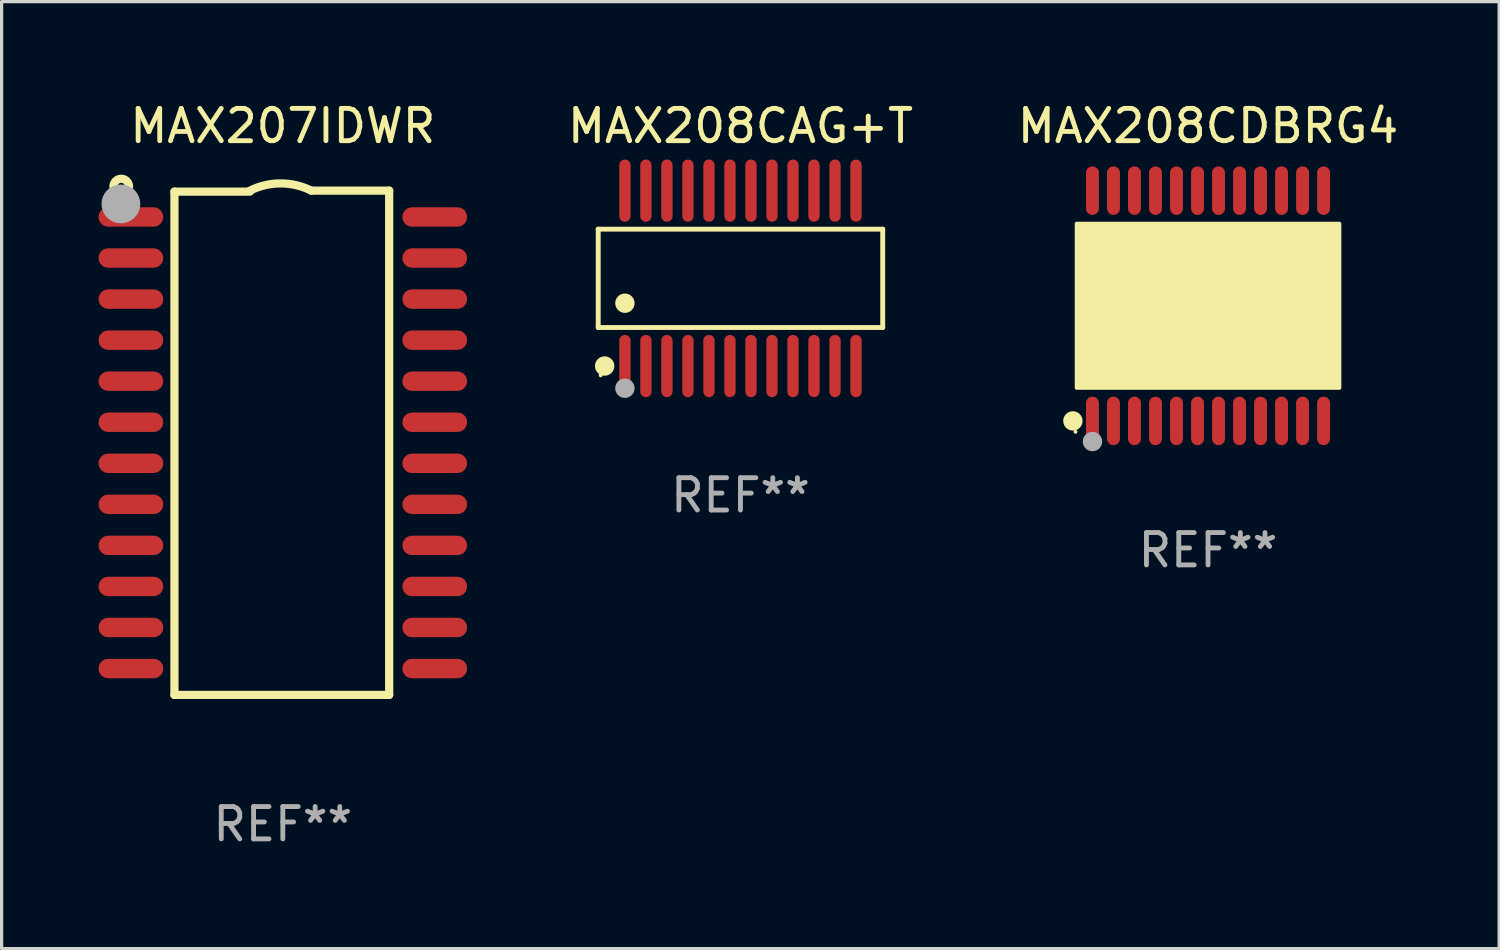
<source format=kicad_pcb>
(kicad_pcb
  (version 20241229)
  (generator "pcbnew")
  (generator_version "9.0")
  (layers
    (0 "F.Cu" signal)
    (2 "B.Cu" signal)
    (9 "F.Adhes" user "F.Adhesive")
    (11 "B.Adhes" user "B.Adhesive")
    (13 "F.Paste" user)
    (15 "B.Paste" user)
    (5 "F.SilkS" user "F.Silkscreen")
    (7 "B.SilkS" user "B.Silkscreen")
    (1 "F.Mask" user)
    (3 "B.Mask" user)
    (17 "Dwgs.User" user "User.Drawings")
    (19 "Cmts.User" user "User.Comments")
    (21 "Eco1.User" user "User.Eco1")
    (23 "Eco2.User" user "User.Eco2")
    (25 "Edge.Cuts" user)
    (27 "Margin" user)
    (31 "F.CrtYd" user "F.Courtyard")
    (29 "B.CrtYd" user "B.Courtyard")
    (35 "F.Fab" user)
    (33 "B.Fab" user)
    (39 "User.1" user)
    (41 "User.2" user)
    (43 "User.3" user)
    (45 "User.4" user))
  (footprint "MAX208CAG+T"
    (layer "F.Cu")
    (at 19.858 5.561)
    (property "Reference" "MAX208CAG+T" (at 0 -4.713 0) (layer "F.SilkS") (effects (font (size 1 1) (thickness 0.15))))
    (attr through_hole)
    (fp_line (start -4.401 -1.521) (end 4.401 -1.521) (stroke (width 0.152) (type solid)) (layer "F.SilkS"))
    (fp_line (start -4.401 1.521) (end -4.401 -1.521) (stroke (width 0.152) (type solid)) (layer "F.SilkS"))
    (fp_line (start 4.401 -1.521) (end 4.401 1.521) (stroke (width 0.152) (type solid)) (layer "F.SilkS"))
    (fp_line (start 4.401 1.521) (end -4.401 1.521) (stroke (width 0.152) (type solid)) (layer "F.SilkS"))
    (fp_circle (center -4.325 3) (end -4.295 3) (stroke (width 0.06) (type solid)) (fill no) (layer "F.SilkS"))
    (fp_circle (center -4.202 2.713) (end -4.052 2.713) (stroke (width 0.3) (type solid)) (fill no) (layer "F.SilkS"))
    (fp_circle (center -3.575 0.769) (end -3.425 0.769) (stroke (width 0.3) (type solid)) (fill no) (layer "F.SilkS"))
    (fp_circle (center -3.575 3.4) (end -3.425 3.4) (stroke (width 0.3) (type solid)) (fill no) (layer "F.Fab"))
    (fp_text user "REF**" (at 0 6.713 0) (layer "F.Fab") (effects (font (size 1 1) (thickness 0.15))))
    (pad "1" smd oval (at -3.575 2.713) (size 0.35 1.926) (layers "F.Cu" "F.Mask" "F.Paste"))
    (pad "2" smd oval (at -2.925 2.713) (size 0.35 1.926) (layers "F.Cu" "F.Mask" "F.Paste"))
    (pad "3" smd oval (at -2.275 2.713) (size 0.35 1.926) (layers "F.Cu" "F.Mask" "F.Paste"))
    (pad "4" smd oval (at -1.625 2.713) (size 0.35 1.926) (layers "F.Cu" "F.Mask" "F.Paste"))
    (pad "5" smd oval (at -0.975 2.713) (size 0.35 1.926) (layers "F.Cu" "F.Mask" "F.Paste"))
    (pad "6" smd oval (at -0.325 2.713) (size 0.35 1.926) (layers "F.Cu" "F.Mask" "F.Paste"))
    (pad "7" smd oval (at 0.325 2.713) (size 0.35 1.926) (layers "F.Cu" "F.Mask" "F.Paste"))
    (pad "8" smd oval (at 0.975 2.713) (size 0.35 1.926) (layers "F.Cu" "F.Mask" "F.Paste"))
    (pad "9" smd oval (at 1.625 2.713) (size 0.35 1.926) (layers "F.Cu" "F.Mask" "F.Paste"))
    (pad "10" smd oval (at 2.275 2.713) (size 0.35 1.926) (layers "F.Cu" "F.Mask" "F.Paste"))
    (pad "11" smd oval (at 2.925 2.713) (size 0.35 1.926) (layers "F.Cu" "F.Mask" "F.Paste"))
    (pad "12" smd oval (at 3.575 2.713) (size 0.35 1.926) (layers "F.Cu" "F.Mask" "F.Paste"))
    (pad "13" smd oval (at 3.575 -2.713) (size 0.35 1.926) (layers "F.Cu" "F.Mask" "F.Paste"))
    (pad "14" smd oval (at 2.925 -2.713) (size 0.35 1.926) (layers "F.Cu" "F.Mask" "F.Paste"))
    (pad "15" smd oval (at 2.275 -2.713) (size 0.35 1.926) (layers "F.Cu" "F.Mask" "F.Paste"))
    (pad "16" smd oval (at 1.625 -2.713) (size 0.35 1.926) (layers "F.Cu" "F.Mask" "F.Paste"))
    (pad "17" smd oval (at 0.975 -2.713) (size 0.35 1.926) (layers "F.Cu" "F.Mask" "F.Paste"))
    (pad "18" smd oval (at 0.325 -2.713) (size 0.35 1.926) (layers "F.Cu" "F.Mask" "F.Paste"))
    (pad "19" smd oval (at -0.325 -2.713) (size 0.35 1.926) (layers "F.Cu" "F.Mask" "F.Paste"))
    (pad "20" smd oval (at -0.975 -2.713) (size 0.35 1.926) (layers "F.Cu" "F.Mask" "F.Paste"))
    (pad "21" smd oval (at -1.625 -2.713) (size 0.35 1.926) (layers "F.Cu" "F.Mask" "F.Paste"))
    (pad "22" smd oval (at -2.275 -2.713) (size 0.35 1.926) (layers "F.Cu" "F.Mask" "F.Paste"))
    (pad "23" smd oval (at -2.925 -2.713) (size 0.35 1.926) (layers "F.Cu" "F.Mask" "F.Paste"))
    (pad "24" smd oval (at -3.575 -2.713) (size 0.35 1.926) (layers "F.Cu" "F.Mask" "F.Paste")))
  (footprint "MAX208CDBRG4"
    (layer "F.Cu")
    (at 34.323 6.41)
    (property "Reference" "MAX208CDBRG4" (at 0 -5.562 0) (layer "F.SilkS") (effects (font (size 1 1) (thickness 0.15))))
    (attr through_hole)
    (fp_circle (center -4.181 3.562) (end -4.031 3.562) (stroke (width 0.3) (type solid)) (fill no) (layer "F.SilkS"))
    (fp_circle (center -4.1 3.9) (end -4.07 3.9) (stroke (width 0.06) (type solid)) (fill no) (layer "F.SilkS"))
    (fp_circle (center -3.575 1.819) (end -3.425 1.819) (stroke (width 0.3) (type solid)) (fill no) (layer "F.SilkS"))
    (fp_poly (pts (xy -4.064 -2.54) (xy 4.064 -2.54) (xy 4.064 2.54) (xy -4.064 2.54)) (stroke (width 0.12) (type solid)) (fill yes) (layer "F.SilkS"))
    (fp_circle (center -3.575 4.2) (end -3.425 4.2) (stroke (width 0.3) (type solid)) (fill no) (layer "F.Fab"))
    (fp_text user "REF**" (at 0 7.562 0) (layer "F.Fab") (effects (font (size 1 1) (thickness 0.15))))
    (pad "1" smd oval (at -3.575 3.562) (size 0.4 1.5) (layers "F.Cu" "F.Mask" "F.Paste"))
    (pad "2" smd oval (at -2.925 3.562) (size 0.4 1.5) (layers "F.Cu" "F.Mask" "F.Paste"))
    (pad "3" smd oval (at -2.275 3.562) (size 0.4 1.5) (layers "F.Cu" "F.Mask" "F.Paste"))
    (pad "4" smd oval (at -1.625 3.562) (size 0.4 1.5) (layers "F.Cu" "F.Mask" "F.Paste"))
    (pad "5" smd oval (at -0.975 3.562) (size 0.4 1.5) (layers "F.Cu" "F.Mask" "F.Paste"))
    (pad "6" smd oval (at -0.325 3.562) (size 0.4 1.5) (layers "F.Cu" "F.Mask" "F.Paste"))
    (pad "7" smd oval (at 0.325 3.562) (size 0.4 1.5) (layers "F.Cu" "F.Mask" "F.Paste"))
    (pad "8" smd oval (at 0.975 3.562) (size 0.4 1.5) (layers "F.Cu" "F.Mask" "F.Paste"))
    (pad "9" smd oval (at 1.625 3.562) (size 0.4 1.5) (layers "F.Cu" "F.Mask" "F.Paste"))
    (pad "10" smd oval (at 2.275 3.562) (size 0.4 1.5) (layers "F.Cu" "F.Mask" "F.Paste"))
    (pad "11" smd oval (at 2.925 3.562) (size 0.4 1.5) (layers "F.Cu" "F.Mask" "F.Paste"))
    (pad "12" smd oval (at 3.575 3.562) (size 0.4 1.5) (layers "F.Cu" "F.Mask" "F.Paste"))
    (pad "13" smd oval (at 3.575 -3.562) (size 0.4 1.5) (layers "F.Cu" "F.Mask" "F.Paste"))
    (pad "14" smd oval (at 2.925 -3.562) (size 0.4 1.5) (layers "F.Cu" "F.Mask" "F.Paste"))
    (pad "15" smd oval (at 2.275 -3.562) (size 0.4 1.5) (layers "F.Cu" "F.Mask" "F.Paste"))
    (pad "16" smd oval (at 1.625 -3.562) (size 0.4 1.5) (layers "F.Cu" "F.Mask" "F.Paste"))
    (pad "17" smd oval (at 0.975 -3.562) (size 0.4 1.5) (layers "F.Cu" "F.Mask" "F.Paste"))
    (pad "18" smd oval (at 0.325 -3.562) (size 0.4 1.5) (layers "F.Cu" "F.Mask" "F.Paste"))
    (pad "19" smd oval (at -0.325 -3.562) (size 0.4 1.5) (layers "F.Cu" "F.Mask" "F.Paste"))
    (pad "20" smd oval (at -0.975 -3.562) (size 0.4 1.5) (layers "F.Cu" "F.Mask" "F.Paste"))
    (pad "21" smd oval (at -1.625 -3.562) (size 0.4 1.5) (layers "F.Cu" "F.Mask" "F.Paste"))
    (pad "22" smd oval (at -2.275 -3.562) (size 0.4 1.5) (layers "F.Cu" "F.Mask" "F.Paste"))
    (pad "23" smd oval (at -2.925 -3.562) (size 0.4 1.5) (layers "F.Cu" "F.Mask" "F.Paste"))
    (pad "24" smd oval (at -3.575 -3.562) (size 0.4 1.5) (layers "F.Cu" "F.Mask" "F.Paste")))
  (footprint "MAX207IDWR"
    (layer "F.Cu")
    (at 5.7 10.648)
    (property "Reference" "MAX207IDWR" (at 0 -9.8 0) (layer "F.SilkS") (effects (font (size 1 1) (thickness 0.15))))
    (attr through_hole)
    (fp_line (start -3.353 -7.77) (end -1.016 -7.77) (stroke (width 0.254) (type solid)) (layer "F.SilkS"))
    (fp_line (start -3.353 7.8) (end -3.353 -7.77) (stroke (width 0.254) (type solid)) (layer "F.SilkS"))
    (fp_line (start 0.881 -7.8) (end 3.29 -7.8) (stroke (width 0.254) (type solid)) (layer "F.SilkS"))
    (fp_line (start 3.29 -7.8) (end 3.29 7.8) (stroke (width 0.254) (type solid)) (layer "F.SilkS"))
    (fp_line (start 3.29 7.8) (end -3.353 7.8) (stroke (width 0.254) (type solid)) (layer "F.SilkS"))
    (fp_arc (start -1.015951 -7.800025) (mid -0.067691 -8.023879) (end 0.880569 -7.800025) (stroke (width 0.254001) (type solid)) (layer "F.SilkS"))
    (fp_circle (center -5 -7.927) (end -4.886 -7.927) (stroke (width 0.254) (type solid)) (fill no) (layer "F.SilkS"))
    (fp_circle (center -5.01 -7.39) (end -4.71 -7.39) (stroke (width 0.6) (type solid)) (fill no) (layer "F.Fab"))
    (fp_text user "REF**" (at 0 11.8 0) (layer "F.Fab") (effects (font (size 1 1) (thickness 0.15))))
    (pad "1" smd oval (at -4.7 -6.985 270) (size 0.6 2) (layers "F.Cu" "F.Mask" "F.Paste"))
    (pad "2" smd oval (at -4.7 -5.715 270) (size 0.6 2) (layers "F.Cu" "F.Mask" "F.Paste"))
    (pad "3" smd oval (at -4.7 -4.445 270) (size 0.6 2) (layers "F.Cu" "F.Mask" "F.Paste"))
    (pad "4" smd oval (at -4.7 -3.175 270) (size 0.6 2) (layers "F.Cu" "F.Mask" "F.Paste"))
    (pad "5" smd oval (at -4.7 -1.905 270) (size 0.6 2) (layers "F.Cu" "F.Mask" "F.Paste"))
    (pad "6" smd oval (at -4.7 -0.635 270) (size 0.6 2) (layers "F.Cu" "F.Mask" "F.Paste"))
    (pad "7" smd oval (at -4.7 0.635 270) (size 0.6 2) (layers "F.Cu" "F.Mask" "F.Paste"))
    (pad "8" smd oval (at -4.7 1.905 270) (size 0.6 2) (layers "F.Cu" "F.Mask" "F.Paste"))
    (pad "9" smd oval (at -4.7 3.175 270) (size 0.6 2) (layers "F.Cu" "F.Mask" "F.Paste"))
    (pad "10" smd oval (at -4.7 4.445 270) (size 0.6 2) (layers "F.Cu" "F.Mask" "F.Paste"))
    (pad "11" smd oval (at -4.7 5.715 270) (size 0.6 2) (layers "F.Cu" "F.Mask" "F.Paste"))
    (pad "12" smd oval (at -4.7 6.985 270) (size 0.6 2) (layers "F.Cu" "F.Mask" "F.Paste"))
    (pad "13" smd oval (at 4.7 6.985 270) (size 0.6 2) (layers "F.Cu" "F.Mask" "F.Paste"))
    (pad "14" smd oval (at 4.7 5.715 270) (size 0.6 2) (layers "F.Cu" "F.Mask" "F.Paste"))
    (pad "15" smd oval (at 4.7 4.445 270) (size 0.6 2) (layers "F.Cu" "F.Mask" "F.Paste"))
    (pad "16" smd oval (at 4.7 3.175 270) (size 0.6 2) (layers "F.Cu" "F.Mask" "F.Paste"))
    (pad "17" smd oval (at 4.7 1.905 270) (size 0.6 2) (layers "F.Cu" "F.Mask" "F.Paste"))
    (pad "18" smd oval (at 4.7 0.635 270) (size 0.6 2) (layers "F.Cu" "F.Mask" "F.Paste"))
    (pad "19" smd oval (at 4.7 -0.635 270) (size 0.6 2) (layers "F.Cu" "F.Mask" "F.Paste"))
    (pad "20" smd oval (at 4.7 -1.905 270) (size 0.6 2) (layers "F.Cu" "F.Mask" "F.Paste"))
    (pad "21" smd oval (at 4.7 -3.175 270) (size 0.6 2) (layers "F.Cu" "F.Mask" "F.Paste"))
    (pad "22" smd oval (at 4.7 -4.445 270) (size 0.6 2) (layers "F.Cu" "F.Mask" "F.Paste"))
    (pad "23" smd oval (at 4.7 -5.715 270) (size 0.6 2) (layers "F.Cu" "F.Mask" "F.Paste"))
    (pad "24" smd oval (at 4.7 -6.985 270) (size 0.6 2) (layers "F.Cu" "F.Mask" "F.Paste")))
  (gr_rect
    (start -3 -3)
    (end 43.329 26.297)
    (stroke (width 0.1) (type default))
    (fill no)
    (layer "Edge.Cuts")))
</source>
